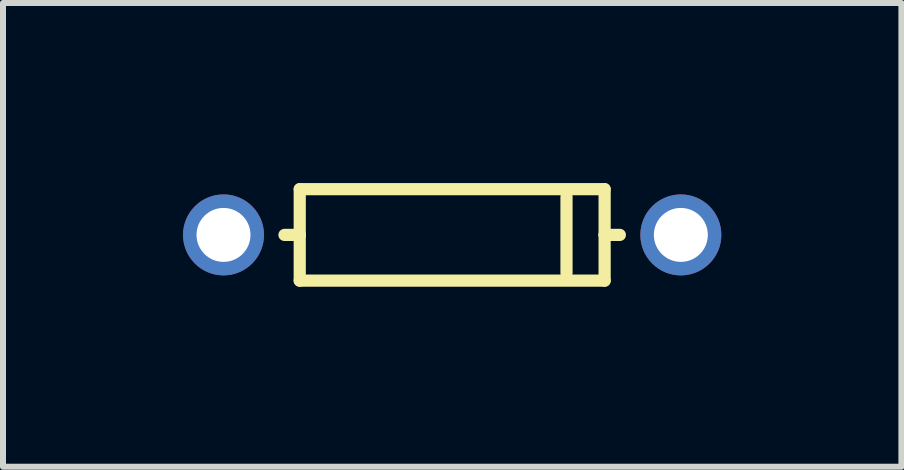
<source format=kicad_pcb>
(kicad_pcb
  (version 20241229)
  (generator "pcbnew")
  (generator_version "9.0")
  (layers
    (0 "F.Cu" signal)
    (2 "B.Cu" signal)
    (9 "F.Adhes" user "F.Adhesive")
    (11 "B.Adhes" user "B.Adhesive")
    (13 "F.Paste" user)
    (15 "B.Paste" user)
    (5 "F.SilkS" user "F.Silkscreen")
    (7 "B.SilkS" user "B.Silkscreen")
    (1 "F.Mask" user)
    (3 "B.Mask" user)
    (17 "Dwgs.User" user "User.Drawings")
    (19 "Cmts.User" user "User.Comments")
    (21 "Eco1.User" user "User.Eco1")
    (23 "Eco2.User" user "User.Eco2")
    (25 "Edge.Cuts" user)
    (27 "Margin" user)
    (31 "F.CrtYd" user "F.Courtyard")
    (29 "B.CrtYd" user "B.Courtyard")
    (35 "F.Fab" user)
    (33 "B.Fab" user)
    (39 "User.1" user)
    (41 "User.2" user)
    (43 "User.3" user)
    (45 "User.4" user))
  (footprint "DIODE-1N4148"
    (layer "F.Cu")
    (at 4.484 0.864)
    (property "Reference" "DIODE-1N4148" (at 0 0 0) (layer "Eco1.User") (effects (font (size 0.6 0.6) (thickness 0.1))))
    (attr through_hole)
    (fp_line (start -2.54 -0.762) (end 2.54 -0.762) (stroke (width 0.203) (type solid)) (layer "F.SilkS"))
    (fp_line (start -2.54 0) (end -2.794 0) (stroke (width 0.203) (type solid)) (layer "F.SilkS"))
    (fp_line (start -2.54 0) (end -2.54 -0.762) (stroke (width 0.203) (type solid)) (layer "F.SilkS"))
    (fp_line (start -2.54 0.762) (end -2.54 0) (stroke (width 0.203) (type solid)) (layer "F.SilkS"))
    (fp_line (start 1.905 -0.635) (end 1.905 0.635) (stroke (width 0.203) (type solid)) (layer "F.SilkS"))
    (fp_line (start 2.54 -0.762) (end 2.54 0) (stroke (width 0.203) (type solid)) (layer "F.SilkS"))
    (fp_line (start 2.54 0) (end 2.54 0.762) (stroke (width 0.203) (type solid)) (layer "F.SilkS"))
    (fp_line (start 2.54 0) (end 2.794 0) (stroke (width 0.203) (type solid)) (layer "F.SilkS"))
    (fp_line (start 2.54 0.762) (end -2.54 0.762) (stroke (width 0.203) (type solid)) (layer "F.SilkS"))
    (pad "1" thru_hole oval (at 3.81 0) (size 1.349 1.349) (drill 0.899) (layers "*.Cu" "*.Mask"))
    (pad "2" thru_hole oval (at -3.81 0) (size 1.349 1.349) (drill 0.899) (layers "*.Cu" "*.Mask")))
  (gr_rect
    (start -3 -3)
    (end 11.969 4.727)
    (stroke (width 0.1) (type default))
    (fill no)
    (layer "Edge.Cuts")))
</source>
